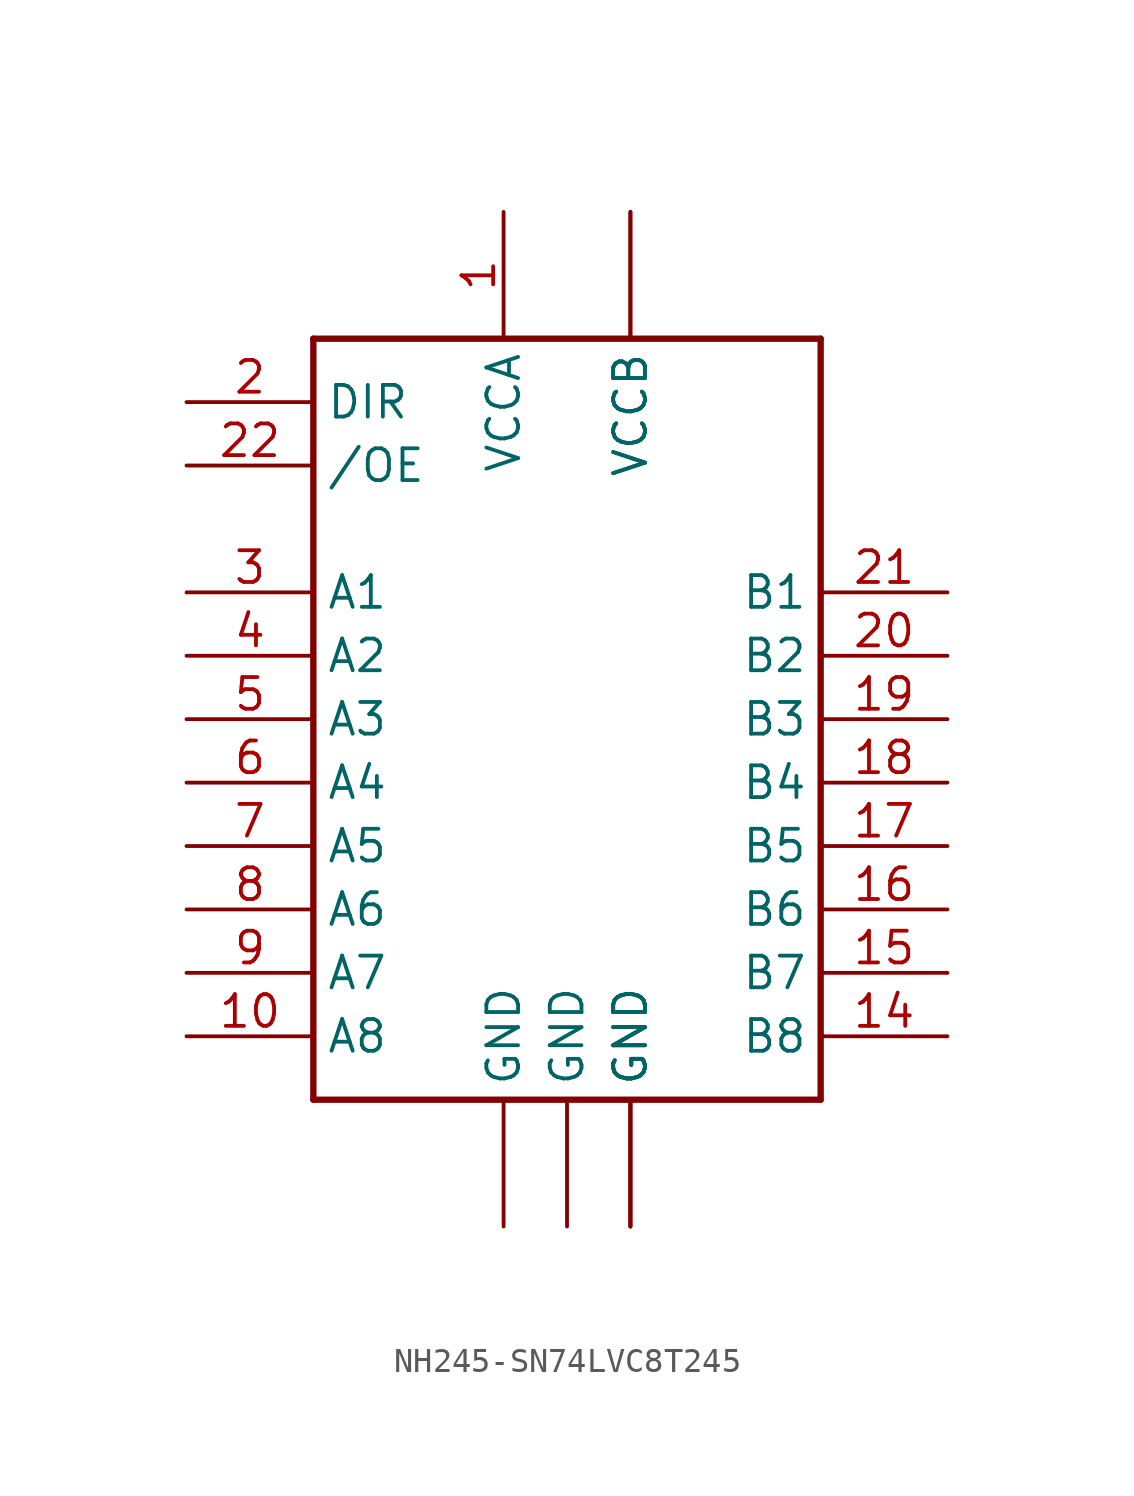
<source format=kicad_sym>
(kicad_symbol_lib
  (version 20231120)
  (generator "kicad_symbol_editor")
  (generator_version "8.0")
  (symbol "NH245-SN74LVC8T245"
    (property "Reference" ""
      (at 2.54 -17.78 0)
      (effects (font (size 1.778 1.511)) (justify left bottom) (hide yes)))
    (property "Value" ""
      (at -12.7 -17.78 0)
      (effects (font (size 1.778 1.511)) (justify left bottom)))
    (property "ki_locked" ""
      (at 0 0 0)
      (effects (font (size 1.27 1.27))))
    (symbol "NH245-SN74LVC8T245_1_0"
      (polyline (pts (xy -10.16 -15.24) (xy 10.16 -15.24)) (stroke (width 0.254) (type solid)) (fill (type none)))
      (polyline (pts (xy -10.16 15.24) (xy -10.16 -15.24)) (stroke (width 0.254) (type solid)) (fill (type none)))
      (polyline (pts (xy 10.16 -15.24) (xy 10.16 15.24)) (stroke (width 0.254) (type solid)) (fill (type none)))
      (polyline (pts (xy 10.16 15.24) (xy -10.16 15.24)) (stroke (width 0.254) (type solid)) (fill (type none)))
      (pin bidirectional line (at -2.54 20.32 270) (length 5.08) (name "VCCA" (effects (font (size 1.27 1.27)))) (number "1" (effects (font (size 1.27 1.27)))))
      (pin bidirectional line (at -15.24 -12.7 0) (length 5.08) (name "A8" (effects (font (size 1.27 1.27)))) (number "10" (effects (font (size 1.27 1.27)))))
      (pin bidirectional line (at -2.54 -20.32 90) (length 5.08) (name "GND" (effects (font (size 1.27 1.27)))) (number "11" (effects (font (size 0 0)))))
      (pin bidirectional line (at 0 -20.32 90) (length 5.08) (name "GND" (effects (font (size 1.27 1.27)))) (number "12" (effects (font (size 0 0)))))
      (pin bidirectional line (at 2.54 -20.32 90) (length 5.08) (name "GND" (effects (font (size 1.27 1.27)))) (number "12" (effects (font (size 0 0)))))
      (pin bidirectional line (at 2.54 -20.32 90) (length 5.08) (name "GND" (effects (font (size 1.27 1.27)))) (number "13" (effects (font (size 0 0)))))
      (pin bidirectional line (at 2.54 -20.32 90) (length 5.08) (name "GND" (effects (font (size 1.27 1.27)))) (number "13" (effects (font (size 0 0)))))
      (pin bidirectional line (at 15.24 -12.7 180) (length 5.08) (name "B8" (effects (font (size 1.27 1.27)))) (number "14" (effects (font (size 1.27 1.27)))))
      (pin bidirectional line (at 15.24 -10.16 180) (length 5.08) (name "B7" (effects (font (size 1.27 1.27)))) (number "15" (effects (font (size 1.27 1.27)))))
      (pin bidirectional line (at 15.24 -7.62 180) (length 5.08) (name "B6" (effects (font (size 1.27 1.27)))) (number "16" (effects (font (size 1.27 1.27)))))
      (pin bidirectional line (at 15.24 -5.08 180) (length 5.08) (name "B5" (effects (font (size 1.27 1.27)))) (number "17" (effects (font (size 1.27 1.27)))))
      (pin bidirectional line (at 15.24 -2.54 180) (length 5.08) (name "B4" (effects (font (size 1.27 1.27)))) (number "18" (effects (font (size 1.27 1.27)))))
      (pin bidirectional line (at 15.24 0 180) (length 5.08) (name "B3" (effects (font (size 1.27 1.27)))) (number "19" (effects (font (size 1.27 1.27)))))
      (pin bidirectional line (at -15.24 12.7 0) (length 5.08) (name "DIR" (effects (font (size 1.27 1.27)))) (number "2" (effects (font (size 1.27 1.27)))))
      (pin bidirectional line (at 15.24 2.54 180) (length 5.08) (name "B2" (effects (font (size 1.27 1.27)))) (number "20" (effects (font (size 1.27 1.27)))))
      (pin bidirectional line (at 15.24 5.08 180) (length 5.08) (name "B1" (effects (font (size 1.27 1.27)))) (number "21" (effects (font (size 1.27 1.27)))))
      (pin bidirectional line (at -15.24 10.16 0) (length 5.08) (name "/OE" (effects (font (size 1.27 1.27)))) (number "22" (effects (font (size 1.27 1.27)))))
      (pin bidirectional line (at 2.54 20.32 270) (length 5.08) (name "VCCB" (effects (font (size 1.27 1.27)))) (number "23" (effects (font (size 0 0)))))
      (pin bidirectional line (at 2.54 20.32 270) (length 5.08) (name "VCCB" (effects (font (size 1.27 1.27)))) (number "24" (effects (font (size 0 0)))))
      (pin bidirectional line (at -15.24 5.08 0) (length 5.08) (name "A1" (effects (font (size 1.27 1.27)))) (number "3" (effects (font (size 1.27 1.27)))))
      (pin bidirectional line (at -15.24 2.54 0) (length 5.08) (name "A2" (effects (font (size 1.27 1.27)))) (number "4" (effects (font (size 1.27 1.27)))))
      (pin bidirectional line (at -15.24 0 0) (length 5.08) (name "A3" (effects (font (size 1.27 1.27)))) (number "5" (effects (font (size 1.27 1.27)))))
      (pin bidirectional line (at -15.24 -2.54 0) (length 5.08) (name "A4" (effects (font (size 1.27 1.27)))) (number "6" (effects (font (size 1.27 1.27)))))
      (pin bidirectional line (at -15.24 -5.08 0) (length 5.08) (name "A5" (effects (font (size 1.27 1.27)))) (number "7" (effects (font (size 1.27 1.27)))))
      (pin bidirectional line (at -15.24 -7.62 0) (length 5.08) (name "A6" (effects (font (size 1.27 1.27)))) (number "8" (effects (font (size 1.27 1.27)))))
      (pin bidirectional line (at -15.24 -10.16 0) (length 5.08) (name "A7" (effects (font (size 1.27 1.27)))) (number "9" (effects (font (size 1.27 1.27))))))))
</source>
